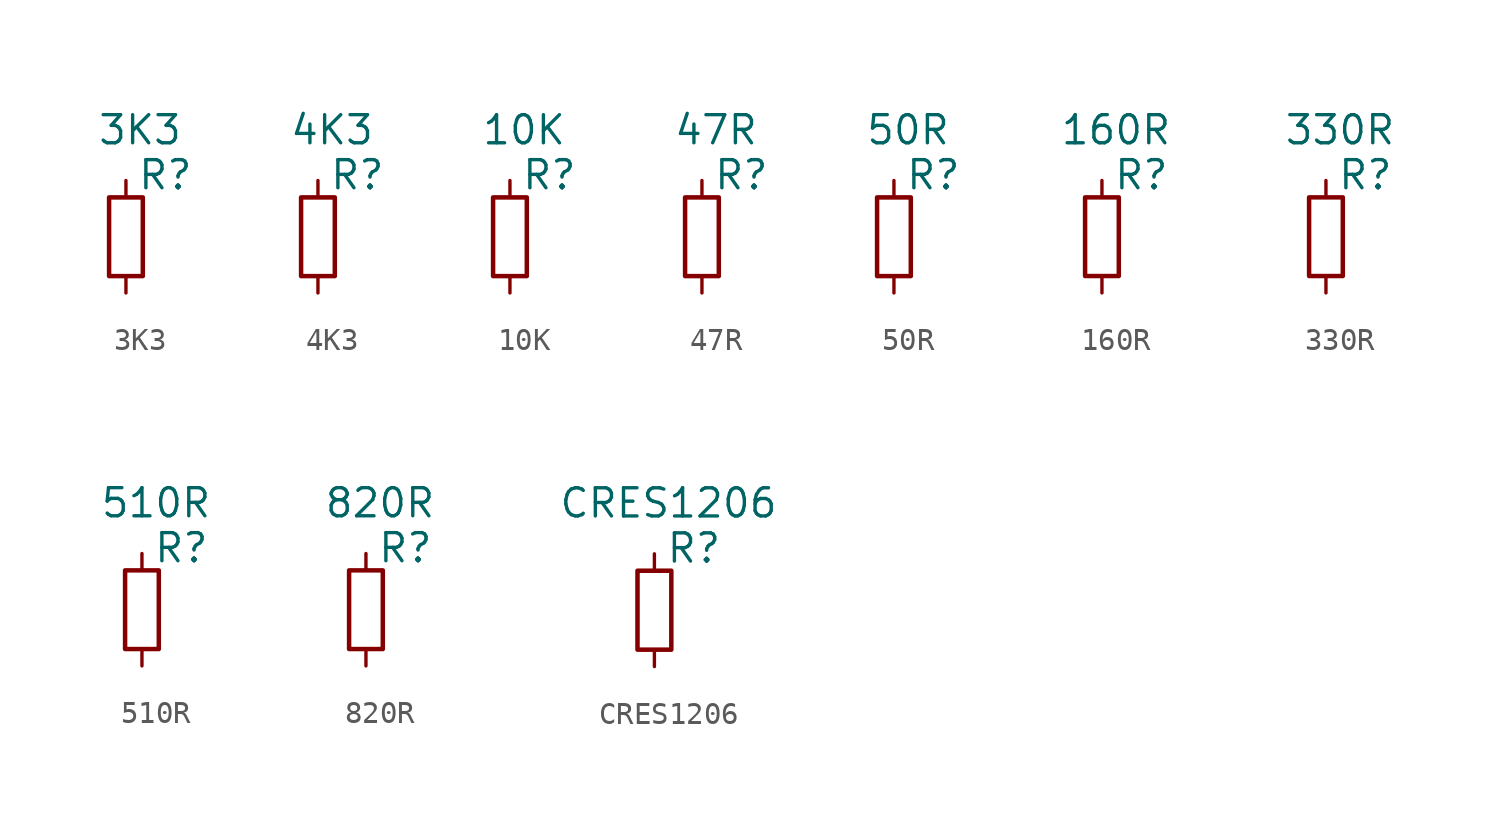
<source format=kicad_sym>
(kicad_symbol_lib
  (version 20241209)
  (generator "kicad_symbol_editor")
  (generator_version "9.0")
  (symbol "3K3"
    (pin_numbers
      (hide yes))
    (pin_names
      (offset 0)
      (hide yes))
    (property "Reference" "R"
      (at 1.778 2.667 0)
      (effects (font (size 1.27 1.27))))
    (property "Value" "3K3"
      (at 0.635 4.699 0)
      (effects (font (size 1.27 1.27))))
    (symbol "3K3_1_1"
      (rectangle (start -0.762 1.651) (end 0.762 -1.905) (stroke (width 0.203) (type solid)) (fill (type none)))
      (pin passive line (at 0 2.413 270) (length 0.762) (name "~" (effects (font (size 1.27 1.27)))) (number "1" (effects (font (size 1.27 1.27)))))
      (pin passive line (at 0 -2.667 90) (length 0.762) (name "~" (effects (font (size 1.27 1.27)))) (number "2" (effects (font (size 1.27 1.27)))))))
  (symbol "4K3"
    (pin_numbers
      (hide yes))
    (pin_names
      (offset 0)
      (hide yes))
    (property "Reference" "R"
      (at 1.778 2.667 0)
      (effects (font (size 1.27 1.27))))
    (property "Value" "4K3"
      (at 0.635 4.699 0)
      (effects (font (size 1.27 1.27))))
    (symbol "4K3_1_1"
      (rectangle (start -0.762 1.651) (end 0.762 -1.905) (stroke (width 0.203) (type solid)) (fill (type none)))
      (pin passive line (at 0 2.413 270) (length 0.762) (name "~" (effects (font (size 1.27 1.27)))) (number "1" (effects (font (size 1.27 1.27)))))
      (pin passive line (at 0 -2.667 90) (length 0.762) (name "~" (effects (font (size 1.27 1.27)))) (number "2" (effects (font (size 1.27 1.27)))))))
  (symbol "10K"
    (pin_numbers
      (hide yes))
    (pin_names
      (offset 0)
      (hide yes))
    (property "Reference" "R"
      (at 1.778 2.667 0)
      (effects (font (size 1.27 1.27))))
    (property "Value" "10K"
      (at 0.635 4.699 0)
      (effects (font (size 1.27 1.27))))
    (symbol "10K_1_1"
      (rectangle (start -0.762 1.651) (end 0.762 -1.905) (stroke (width 0.203) (type solid)) (fill (type none)))
      (pin passive line (at 0 2.413 270) (length 0.762) (name "~" (effects (font (size 1.27 1.27)))) (number "1" (effects (font (size 1.27 1.27)))))
      (pin passive line (at 0 -2.667 90) (length 0.762) (name "~" (effects (font (size 1.27 1.27)))) (number "2" (effects (font (size 1.27 1.27)))))))
  (symbol "47R"
    (pin_numbers
      (hide yes))
    (pin_names
      (offset 0)
      (hide yes))
    (property "Reference" "R"
      (at 1.778 2.667 0)
      (effects (font (size 1.27 1.27))))
    (property "Value" "47R"
      (at 0.635 4.699 0)
      (effects (font (size 1.27 1.27))))
    (symbol "47R_1_1"
      (rectangle (start -0.762 1.651) (end 0.762 -1.905) (stroke (width 0.203) (type solid)) (fill (type none)))
      (pin passive line (at 0 2.413 270) (length 0.762) (name "~" (effects (font (size 1.27 1.27)))) (number "1" (effects (font (size 1.27 1.27)))))
      (pin passive line (at 0 -2.667 90) (length 0.762) (name "~" (effects (font (size 1.27 1.27)))) (number "2" (effects (font (size 1.27 1.27)))))))
  (symbol "50R"
    (pin_numbers
      (hide yes))
    (pin_names
      (offset 0)
      (hide yes))
    (property "Reference" "R"
      (at 1.778 2.667 0)
      (effects (font (size 1.27 1.27))))
    (property "Value" "50R"
      (at 0.635 4.699 0)
      (effects (font (size 1.27 1.27))))
    (symbol "50R_1_1"
      (rectangle (start -0.762 1.651) (end 0.762 -1.905) (stroke (width 0.203) (type solid)) (fill (type none)))
      (pin passive line (at 0 2.413 270) (length 0.762) (name "~" (effects (font (size 1.27 1.27)))) (number "1" (effects (font (size 1.27 1.27)))))
      (pin passive line (at 0 -2.667 90) (length 0.762) (name "~" (effects (font (size 1.27 1.27)))) (number "2" (effects (font (size 1.27 1.27)))))))
  (symbol "160R"
    (pin_numbers
      (hide yes))
    (pin_names
      (offset 0)
      (hide yes))
    (property "Reference" "R"
      (at 1.778 2.667 0)
      (effects (font (size 1.27 1.27))))
    (property "Value" "160R"
      (at 0.635 4.699 0)
      (effects (font (size 1.27 1.27))))
    (symbol "160R_1_1"
      (rectangle (start -0.762 1.651) (end 0.762 -1.905) (stroke (width 0.203) (type solid)) (fill (type none)))
      (pin passive line (at 0 2.413 270) (length 0.762) (name "~" (effects (font (size 1.27 1.27)))) (number "1" (effects (font (size 1.27 1.27)))))
      (pin passive line (at 0 -2.667 90) (length 0.762) (name "~" (effects (font (size 1.27 1.27)))) (number "2" (effects (font (size 1.27 1.27)))))))
  (symbol "330R"
    (pin_numbers
      (hide yes))
    (pin_names
      (offset 0)
      (hide yes))
    (property "Reference" "R"
      (at 1.778 2.667 0)
      (effects (font (size 1.27 1.27))))
    (property "Value" "330R"
      (at 0.635 4.699 0)
      (effects (font (size 1.27 1.27))))
    (symbol "330R_1_1"
      (rectangle (start -0.762 1.651) (end 0.762 -1.905) (stroke (width 0.203) (type solid)) (fill (type none)))
      (pin passive line (at 0 2.413 270) (length 0.762) (name "~" (effects (font (size 1.27 1.27)))) (number "1" (effects (font (size 1.27 1.27)))))
      (pin passive line (at 0 -2.667 90) (length 0.762) (name "~" (effects (font (size 1.27 1.27)))) (number "2" (effects (font (size 1.27 1.27)))))))
  (symbol "510R"
    (pin_numbers
      (hide yes))
    (pin_names
      (offset 0)
      (hide yes))
    (property "Reference" "R"
      (at 1.778 2.667 0)
      (effects (font (size 1.27 1.27))))
    (property "Value" "510R"
      (at 0.635 4.699 0)
      (effects (font (size 1.27 1.27))))
    (symbol "510R_1_1"
      (rectangle (start -0.762 1.651) (end 0.762 -1.905) (stroke (width 0.203) (type solid)) (fill (type none)))
      (pin passive line (at 0 2.413 270) (length 0.762) (name "~" (effects (font (size 1.27 1.27)))) (number "1" (effects (font (size 1.27 1.27)))))
      (pin passive line (at 0 -2.667 90) (length 0.762) (name "~" (effects (font (size 1.27 1.27)))) (number "2" (effects (font (size 1.27 1.27)))))))
  (symbol "820R"
    (pin_numbers
      (hide yes))
    (pin_names
      (offset 0)
      (hide yes))
    (property "Reference" "R"
      (at 1.778 2.667 0)
      (effects (font (size 1.27 1.27))))
    (property "Value" "820R"
      (at 0.635 4.699 0)
      (effects (font (size 1.27 1.27))))
    (symbol "820R_1_1"
      (rectangle (start -0.762 1.651) (end 0.762 -1.905) (stroke (width 0.203) (type solid)) (fill (type none)))
      (pin passive line (at 0 2.413 270) (length 0.762) (name "~" (effects (font (size 1.27 1.27)))) (number "1" (effects (font (size 1.27 1.27)))))
      (pin passive line (at 0 -2.667 90) (length 0.762) (name "~" (effects (font (size 1.27 1.27)))) (number "2" (effects (font (size 1.27 1.27)))))))
  (symbol "CRES1206"
    (pin_numbers
      (hide yes))
    (pin_names
      (offset 0)
      (hide yes))
    (property "Reference" "R"
      (at 1.778 2.667 0)
      (effects (font (size 1.27 1.27))))
    (property "Value" "CRES1206"
      (at 0.635 4.699 0)
      (effects (font (size 1.27 1.27))))
    (symbol "CRES1206_1_1"
      (rectangle (start -0.762 1.651) (end 0.762 -1.905) (stroke (width 0.203) (type solid)) (fill (type none)))
      (pin passive line (at 0 2.413 270) (length 0.762) (name "~" (effects (font (size 1.27 1.27)))) (number "1" (effects (font (size 1.27 1.27)))))
      (pin passive line (at 0 -2.667 90) (length 0.762) (name "~" (effects (font (size 1.27 1.27)))) (number "2" (effects (font (size 1.27 1.27))))))))
</source>
